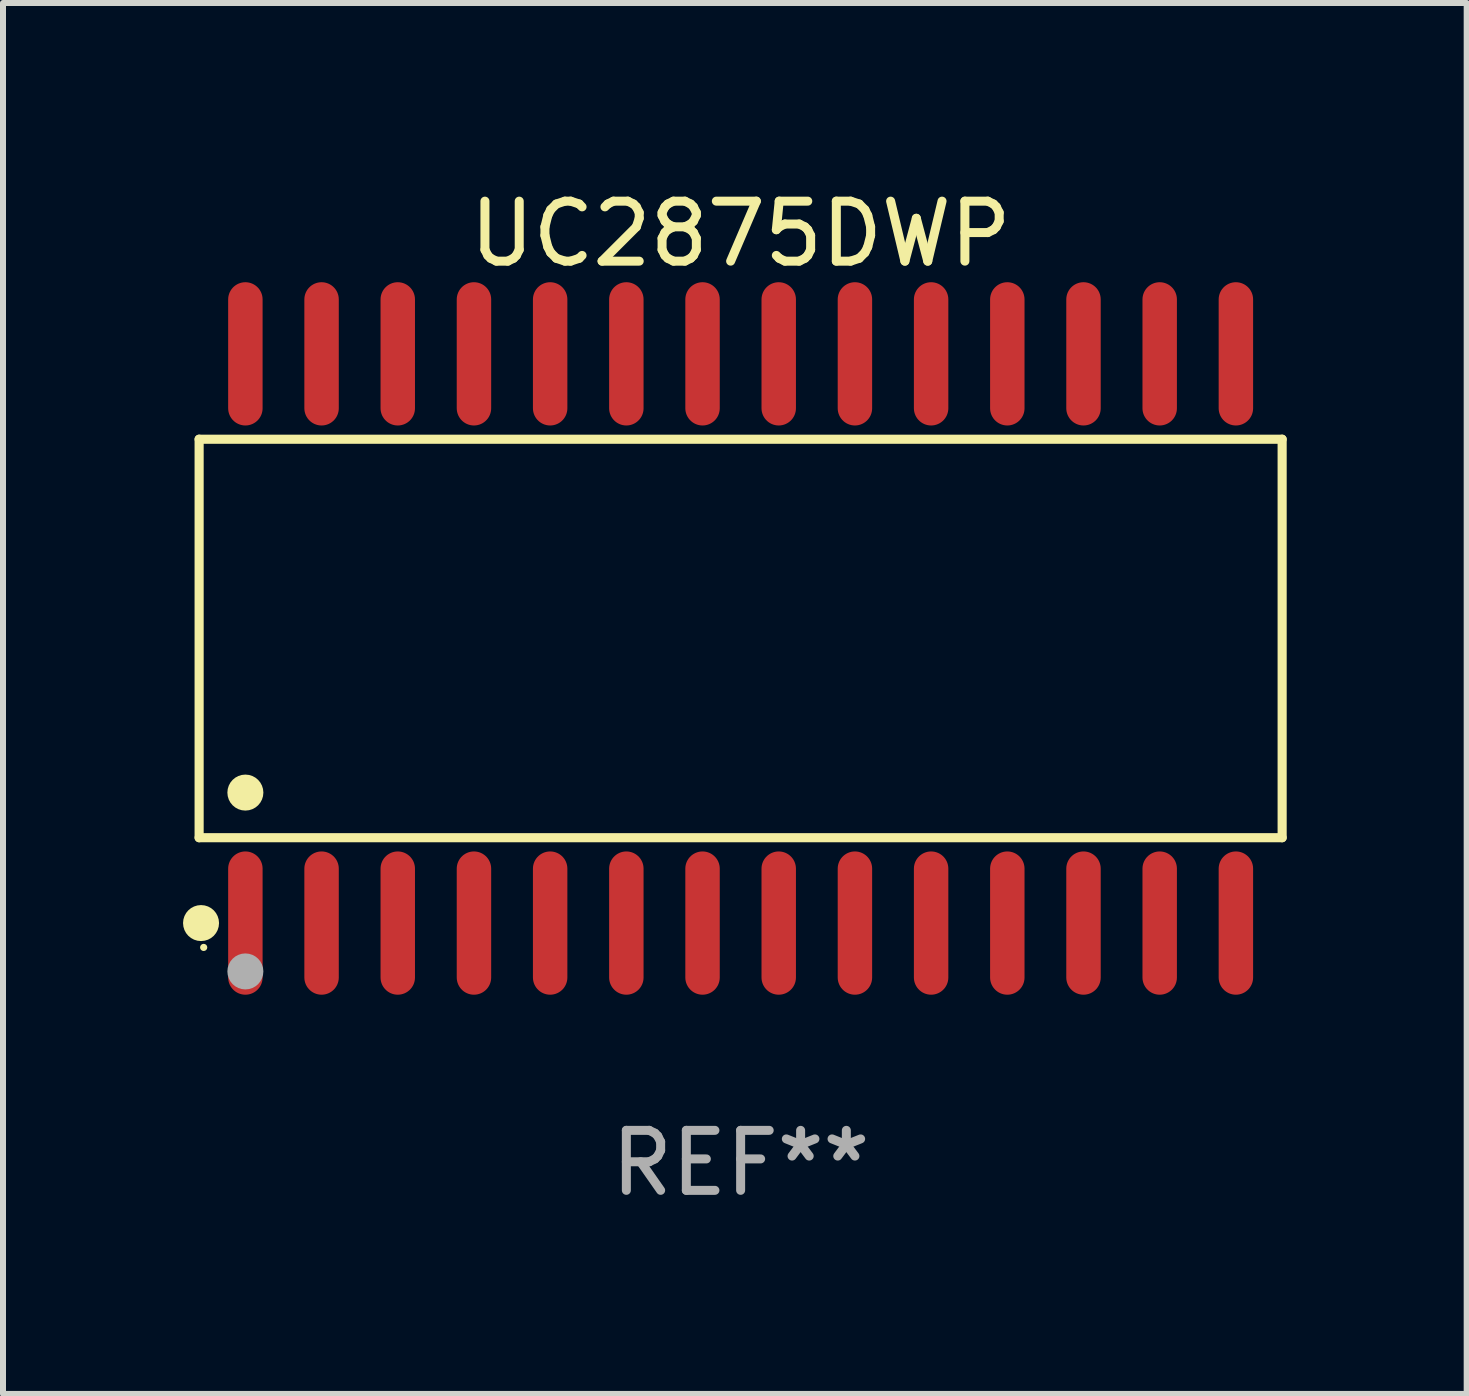
<source format=kicad_pcb>
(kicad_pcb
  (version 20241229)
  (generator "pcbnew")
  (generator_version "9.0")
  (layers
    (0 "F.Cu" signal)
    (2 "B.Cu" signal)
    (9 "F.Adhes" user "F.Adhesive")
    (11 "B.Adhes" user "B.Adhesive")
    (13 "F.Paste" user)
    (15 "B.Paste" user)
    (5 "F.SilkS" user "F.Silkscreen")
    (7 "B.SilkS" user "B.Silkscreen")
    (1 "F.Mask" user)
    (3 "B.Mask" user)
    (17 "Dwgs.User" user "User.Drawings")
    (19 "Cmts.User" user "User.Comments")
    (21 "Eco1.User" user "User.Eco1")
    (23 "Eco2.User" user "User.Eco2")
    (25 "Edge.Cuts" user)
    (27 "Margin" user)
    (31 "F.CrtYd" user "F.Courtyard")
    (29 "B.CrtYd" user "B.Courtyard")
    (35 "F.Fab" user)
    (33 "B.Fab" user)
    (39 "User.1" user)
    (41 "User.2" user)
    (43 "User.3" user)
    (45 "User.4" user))
  (footprint "UC2875DWP"
    (layer "F.Cu")
    (at 9.295 7.592)
    (property "Reference" "UC2875DWP" (at 0 -6.744 0) (layer "F.SilkS") (effects (font (size 1 1) (thickness 0.15))))
    (attr through_hole)
    (fp_line (start -9.026 -3.321) (end 9.026 -3.321) (stroke (width 0.152) (type solid)) (layer "F.SilkS"))
    (fp_line (start -9.026 3.321) (end -9.026 -3.321) (stroke (width 0.152) (type solid)) (layer "F.SilkS"))
    (fp_line (start 9.026 -3.321) (end 9.026 3.321) (stroke (width 0.152) (type solid)) (layer "F.SilkS"))
    (fp_line (start 9.026 3.321) (end -9.026 3.321) (stroke (width 0.152) (type solid)) (layer "F.SilkS"))
    (fp_circle (center -8.994 4.744) (end -8.844 4.744) (stroke (width 0.3) (type solid)) (fill no) (layer "F.SilkS"))
    (fp_circle (center -8.95 5.15) (end -8.92 5.15) (stroke (width 0.06) (type solid)) (fill no) (layer "F.SilkS"))
    (fp_circle (center -8.255 2.569) (end -8.105 2.569) (stroke (width 0.3) (type solid)) (fill no) (layer "F.SilkS"))
    (fp_circle (center -8.255 5.55) (end -8.105 5.55) (stroke (width 0.3) (type solid)) (fill no) (layer "F.Fab"))
    (fp_text user "REF**" (at 0 8.744 0) (layer "F.Fab") (effects (font (size 1 1) (thickness 0.15))))
    (pad "1" smd oval (at -8.255 4.744) (size 0.574 2.388) (layers "F.Cu" "F.Mask" "F.Paste"))
    (pad "2" smd oval (at -6.985 4.744) (size 0.574 2.388) (layers "F.Cu" "F.Mask" "F.Paste"))
    (pad "3" smd oval (at -5.715 4.744) (size 0.574 2.388) (layers "F.Cu" "F.Mask" "F.Paste"))
    (pad "4" smd oval (at -4.445 4.744) (size 0.574 2.388) (layers "F.Cu" "F.Mask" "F.Paste"))
    (pad "5" smd oval (at -3.175 4.744) (size 0.574 2.388) (layers "F.Cu" "F.Mask" "F.Paste"))
    (pad "6" smd oval (at -1.905 4.744) (size 0.574 2.388) (layers "F.Cu" "F.Mask" "F.Paste"))
    (pad "7" smd oval (at -0.635 4.744) (size 0.574 2.388) (layers "F.Cu" "F.Mask" "F.Paste"))
    (pad "8" smd oval (at 0.635 4.744) (size 0.574 2.388) (layers "F.Cu" "F.Mask" "F.Paste"))
    (pad "9" smd oval (at 1.905 4.744) (size 0.574 2.388) (layers "F.Cu" "F.Mask" "F.Paste"))
    (pad "10" smd oval (at 3.175 4.744) (size 0.574 2.388) (layers "F.Cu" "F.Mask" "F.Paste"))
    (pad "11" smd oval (at 4.445 4.744) (size 0.574 2.388) (layers "F.Cu" "F.Mask" "F.Paste"))
    (pad "12" smd oval (at 5.715 4.744) (size 0.574 2.388) (layers "F.Cu" "F.Mask" "F.Paste"))
    (pad "13" smd oval (at 6.985 4.744) (size 0.574 2.388) (layers "F.Cu" "F.Mask" "F.Paste"))
    (pad "14" smd oval (at 8.255 4.744) (size 0.574 2.388) (layers "F.Cu" "F.Mask" "F.Paste"))
    (pad "15" smd oval (at 8.255 -4.744) (size 0.574 2.388) (layers "F.Cu" "F.Mask" "F.Paste"))
    (pad "16" smd oval (at 6.985 -4.744) (size 0.574 2.388) (layers "F.Cu" "F.Mask" "F.Paste"))
    (pad "17" smd oval (at 5.715 -4.744) (size 0.574 2.388) (layers "F.Cu" "F.Mask" "F.Paste"))
    (pad "18" smd oval (at 4.445 -4.744) (size 0.574 2.388) (layers "F.Cu" "F.Mask" "F.Paste"))
    (pad "19" smd oval (at 3.175 -4.744) (size 0.574 2.388) (layers "F.Cu" "F.Mask" "F.Paste"))
    (pad "20" smd oval (at 1.905 -4.744) (size 0.574 2.388) (layers "F.Cu" "F.Mask" "F.Paste"))
    (pad "21" smd oval (at 0.635 -4.744) (size 0.574 2.388) (layers "F.Cu" "F.Mask" "F.Paste"))
    (pad "22" smd oval (at -0.635 -4.744) (size 0.574 2.388) (layers "F.Cu" "F.Mask" "F.Paste"))
    (pad "23" smd oval (at -1.905 -4.744) (size 0.574 2.388) (layers "F.Cu" "F.Mask" "F.Paste"))
    (pad "24" smd oval (at -3.175 -4.744) (size 0.574 2.388) (layers "F.Cu" "F.Mask" "F.Paste"))
    (pad "25" smd oval (at -4.445 -4.744) (size 0.574 2.388) (layers "F.Cu" "F.Mask" "F.Paste"))
    (pad "26" smd oval (at -5.715 -4.744) (size 0.574 2.388) (layers "F.Cu" "F.Mask" "F.Paste"))
    (pad "27" smd oval (at -6.985 -4.744) (size 0.574 2.388) (layers "F.Cu" "F.Mask" "F.Paste"))
    (pad "28" smd oval (at -8.255 -4.744) (size 0.574 2.388) (layers "F.Cu" "F.Mask" "F.Paste")))
  (gr_rect
    (start -3 -3)
    (end 21.397 20.184)
    (stroke (width 0.1) (type default))
    (fill no)
    (layer "Edge.Cuts")))
</source>
